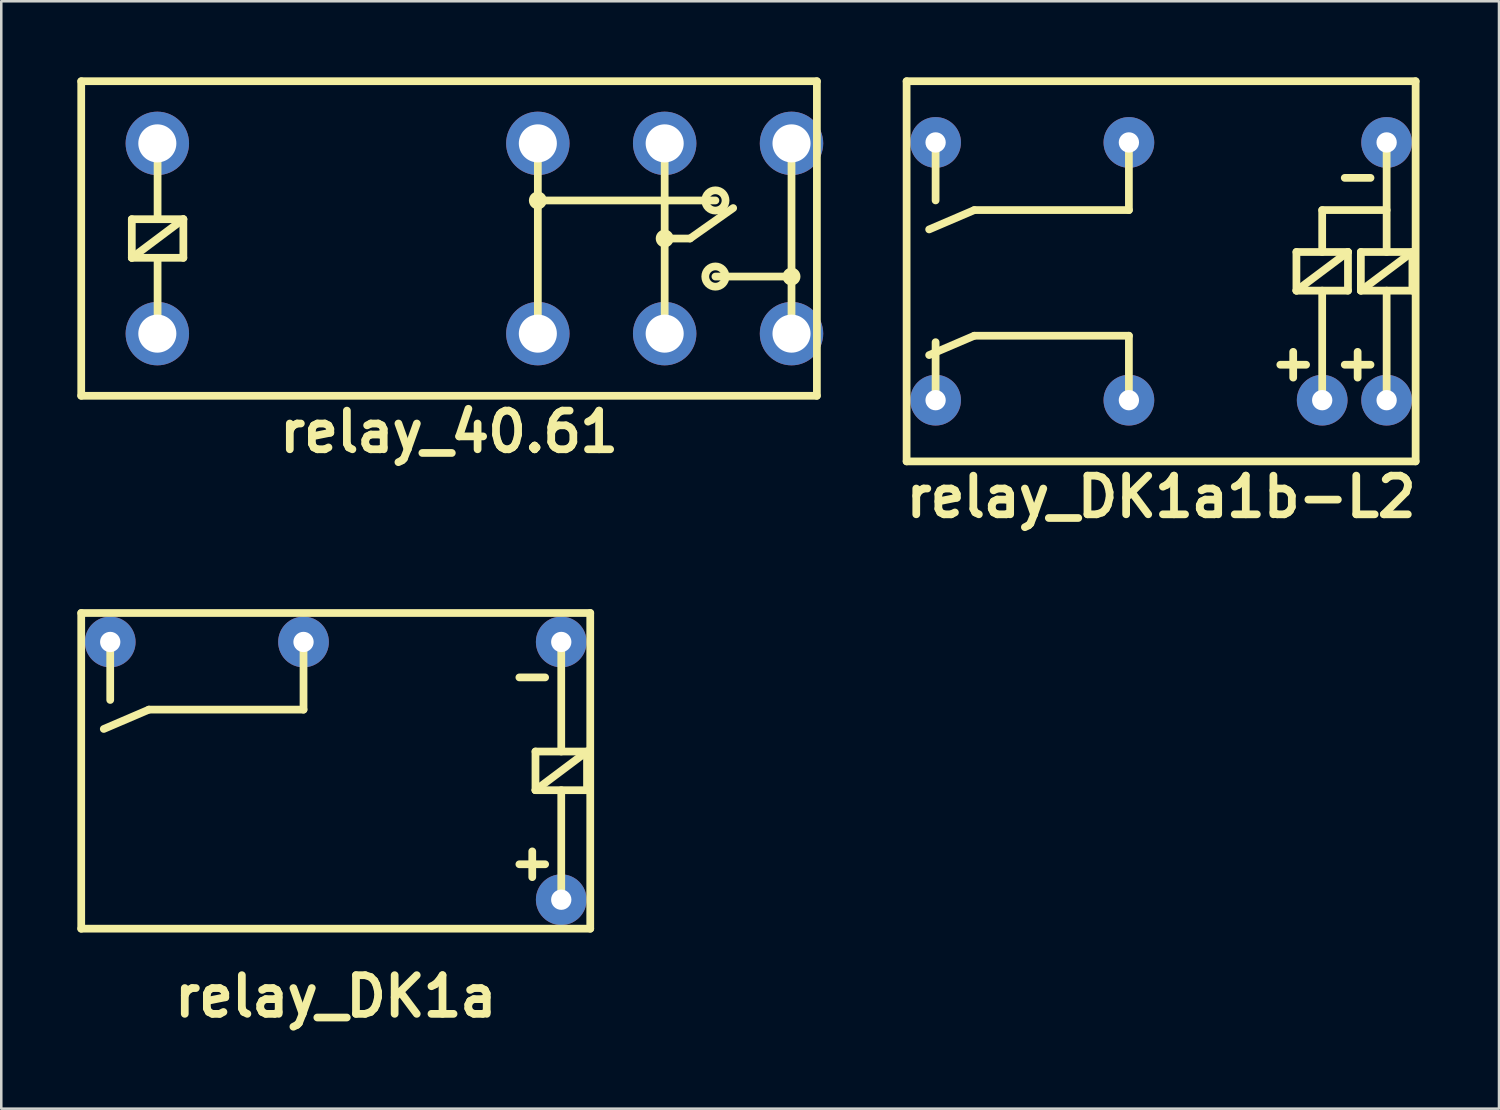
<source format=kicad_pcb>
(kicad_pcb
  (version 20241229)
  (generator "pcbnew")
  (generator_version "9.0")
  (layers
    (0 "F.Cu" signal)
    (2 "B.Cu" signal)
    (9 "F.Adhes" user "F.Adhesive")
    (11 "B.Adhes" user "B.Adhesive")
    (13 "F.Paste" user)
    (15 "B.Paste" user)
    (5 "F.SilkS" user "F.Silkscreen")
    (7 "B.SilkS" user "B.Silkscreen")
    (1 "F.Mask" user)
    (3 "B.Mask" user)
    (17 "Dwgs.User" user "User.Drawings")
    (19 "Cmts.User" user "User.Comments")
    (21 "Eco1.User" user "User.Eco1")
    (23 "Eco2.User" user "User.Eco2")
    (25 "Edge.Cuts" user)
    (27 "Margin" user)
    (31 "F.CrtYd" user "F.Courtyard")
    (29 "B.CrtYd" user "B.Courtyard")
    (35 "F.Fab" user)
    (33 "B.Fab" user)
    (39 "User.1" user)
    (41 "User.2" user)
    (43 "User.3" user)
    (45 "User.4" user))
  (footprint "relay_40.61"
    (layer "F.Cu")
    (at 14.652 6.352)
    (property "Reference" "relay_40.61" (at 0 7.62 0) (layer "F.SilkS") (effects (font (size 1.524 1.524) (thickness 0.305))))
    (attr through_hole)
    (fp_line (start -14.5 -6.2) (end -14.5 6.2) (stroke (width 0.305) (type solid)) (layer "F.SilkS"))
    (fp_line (start -14.5 -6.2) (end 14.5 -6.2) (stroke (width 0.305) (type solid)) (layer "F.SilkS"))
    (fp_line (start -14.5 6.2) (end 14.5 6.2) (stroke (width 0.305) (type solid)) (layer "F.SilkS"))
    (fp_line (start -12.506 -0.762) (end -10.474 -0.762) (stroke (width 0.305) (type solid)) (layer "F.SilkS"))
    (fp_line (start -12.506 0.762) (end -12.506 -0.762) (stroke (width 0.305) (type solid)) (layer "F.SilkS"))
    (fp_line (start -12.506 0.762) (end -10.474 -0.762) (stroke (width 0.305) (type solid)) (layer "F.SilkS"))
    (fp_line (start -11.49 -3.81) (end -11.49 -0.762) (stroke (width 0.305) (type solid)) (layer "F.SilkS"))
    (fp_line (start -11.49 3.81) (end -11.49 0.762) (stroke (width 0.305) (type solid)) (layer "F.SilkS"))
    (fp_line (start -10.474 -0.762) (end -10.474 0.762) (stroke (width 0.305) (type solid)) (layer "F.SilkS"))
    (fp_line (start -10.474 0.762) (end -12.506 0.762) (stroke (width 0.305) (type solid)) (layer "F.SilkS"))
    (fp_line (start 3.5 -3.7) (end 3.5 3.7) (stroke (width 0.305) (type solid)) (layer "F.SilkS"))
    (fp_line (start 3.5 -1.5) (end 10.5 -1.5) (stroke (width 0.305) (type solid)) (layer "F.SilkS"))
    (fp_line (start 8.5 -3.7) (end 8.5 -1.4) (stroke (width 0.305) (type solid)) (layer "F.SilkS"))
    (fp_line (start 8.5 0) (end 9.5 0) (stroke (width 0.305) (type solid)) (layer "F.SilkS"))
    (fp_line (start 8.5 3.7) (end 8.5 -1.4) (stroke (width 0.305) (type solid)) (layer "F.SilkS"))
    (fp_line (start 9.5 0) (end 11.2 -1.2) (stroke (width 0.305) (type solid)) (layer "F.SilkS"))
    (fp_line (start 10.5 1.5) (end 13.5 1.5) (stroke (width 0.305) (type solid)) (layer "F.SilkS"))
    (fp_line (start 13.5 -3.7) (end 13.5 3.7) (stroke (width 0.305) (type solid)) (layer "F.SilkS"))
    (fp_line (start 14.5 -6.2) (end 14.5 6.2) (stroke (width 0.305) (type solid)) (layer "F.SilkS"))
    (fp_circle (center 3.5 -1.5) (end 3.3 -1.5) (stroke (width 0.305) (type solid)) (fill no) (layer "F.SilkS"))
    (fp_circle (center 8.5 0) (end 8.7 0) (stroke (width 0.305) (type solid)) (fill no) (layer "F.SilkS"))
    (fp_circle (center 10.5 -1.5) (end 10.1 -1.5) (stroke (width 0.305) (type solid)) (fill no) (layer "F.SilkS"))
    (fp_circle (center 10.5 1.5) (end 10.1 1.5) (stroke (width 0.305) (type solid)) (fill no) (layer "F.SilkS"))
    (fp_circle (center 13.5 1.5) (end 13.7 1.5) (stroke (width 0.305) (type solid)) (fill no) (layer "F.SilkS"))
    (pad "1" thru_hole circle (at -11.5 3.75) (size 2.5 2.5) (drill 1.5) (layers "*.Cu"))
    (pad "2" thru_hole circle (at -11.5 -3.75) (size 2.5 2.5) (drill 1.5) (layers "*.Cu"))
    (pad "11" thru_hole circle (at 8.5 3.75) (size 2.5 2.5) (drill 1.5) (layers "*.Cu"))
    (pad "12" thru_hole circle (at 3.5 3.75) (size 2.5 2.5) (drill 1.5) (layers "*.Cu"))
    (pad "14" thru_hole circle (at 13.5 3.75) (size 2.5 2.5) (drill 1.5) (layers "*.Cu"))
    (pad "21" thru_hole circle (at 8.5 -3.75) (size 2.5 2.5) (drill 1.5) (layers "*.Cu"))
    (pad "22" thru_hole circle (at 3.5 -3.75) (size 2.5 2.5) (drill 1.5) (layers "*.Cu"))
    (pad "24" thru_hole circle (at 13.5 -3.75) (size 2.5 2.5) (drill 1.5) (layers "*.Cu")))
  (footprint "relay_DK1a"
    (layer "F.Cu")
    (at 10.185 27.337)
    (property "Reference" "relay_DK1a" (at 0 8.89 0) (layer "F.SilkS") (effects (font (size 1.524 1.524) (thickness 0.305))))
    (attr through_hole)
    (fp_line (start -10.033 6.223) (end -10.033 -6.223) (stroke (width 0.305) (type solid)) (layer "F.SilkS"))
    (fp_line (start -10.033 6.223) (end 10.033 6.223) (stroke (width 0.305) (type solid)) (layer "F.SilkS"))
    (fp_line (start -8.89 -5.08) (end -8.89 -2.794) (stroke (width 0.305) (type solid)) (layer "F.SilkS"))
    (fp_line (start -7.366 -2.413) (end -9.144 -1.651) (stroke (width 0.305) (type solid)) (layer "F.SilkS"))
    (fp_line (start -1.27 -4.953) (end -1.27 -2.413) (stroke (width 0.305) (type solid)) (layer "F.SilkS"))
    (fp_line (start -1.27 -2.413) (end -7.366 -2.413) (stroke (width 0.305) (type solid)) (layer "F.SilkS"))
    (fp_line (start 7.239 -3.683) (end 8.255 -3.683) (stroke (width 0.305) (type solid)) (layer "F.SilkS"))
    (fp_line (start 7.239 3.683) (end 8.255 3.683) (stroke (width 0.305) (type solid)) (layer "F.SilkS"))
    (fp_line (start 7.747 3.175) (end 7.747 4.191) (stroke (width 0.305) (type solid)) (layer "F.SilkS"))
    (fp_line (start 7.874 -0.762) (end 9.906 -0.762) (stroke (width 0.305) (type solid)) (layer "F.SilkS"))
    (fp_line (start 7.874 0.762) (end 7.874 -0.762) (stroke (width 0.305) (type solid)) (layer "F.SilkS"))
    (fp_line (start 8.89 -0.762) (end 8.89 -5.08) (stroke (width 0.305) (type solid)) (layer "F.SilkS"))
    (fp_line (start 8.89 5.08) (end 8.89 0.762) (stroke (width 0.305) (type solid)) (layer "F.SilkS"))
    (fp_line (start 9.906 -0.762) (end 7.874 0.762) (stroke (width 0.305) (type solid)) (layer "F.SilkS"))
    (fp_line (start 9.906 -0.762) (end 9.906 0.762) (stroke (width 0.305) (type solid)) (layer "F.SilkS"))
    (fp_line (start 9.906 0.762) (end 7.874 0.762) (stroke (width 0.305) (type solid)) (layer "F.SilkS"))
    (fp_line (start 10.033 -6.223) (end -10.033 -6.223) (stroke (width 0.305) (type solid)) (layer "F.SilkS"))
    (fp_line (start 10.033 -6.223) (end 10.033 6.223) (stroke (width 0.305) (type solid)) (layer "F.SilkS"))
    (pad "1" thru_hole circle (at 8.89 -5.08 180) (size 1.999 1.999) (drill 0.8) (layers "*.Cu"))
    (pad "3" thru_hole circle (at -1.27 -5.08 180) (size 1.999 1.999) (drill 0.8) (layers "*.Cu"))
    (pad "4" thru_hole circle (at -8.89 -5.08 180) (size 1.999 1.999) (drill 0.8) (layers "*.Cu"))
    (pad "6" thru_hole circle (at 8.89 5.08 180) (size 1.999 1.999) (drill 0.8) (layers "*.Cu")))
  (footprint "relay_DK1a1b-L2"
    (layer "F.Cu")
    (at 42.722 7.645)
    (property "Reference" "relay_DK1a1b-L2" (at 0 8.89 0) (layer "F.SilkS") (effects (font (size 1.524 1.524) (thickness 0.305))))
    (attr through_hole)
    (fp_line (start -10.033 -7.493) (end -10.033 7.493) (stroke (width 0.305) (type solid)) (layer "F.SilkS"))
    (fp_line (start -10.033 7.493) (end 10.033 7.493) (stroke (width 0.305) (type solid)) (layer "F.SilkS"))
    (fp_line (start -8.89 -5.08) (end -8.89 -2.794) (stroke (width 0.305) (type solid)) (layer "F.SilkS"))
    (fp_line (start -8.89 2.794) (end -8.89 5.08) (stroke (width 0.305) (type solid)) (layer "F.SilkS"))
    (fp_line (start -7.366 -2.413) (end -9.144 -1.651) (stroke (width 0.305) (type solid)) (layer "F.SilkS"))
    (fp_line (start -7.366 2.54) (end -9.144 3.302) (stroke (width 0.305) (type solid)) (layer "F.SilkS"))
    (fp_line (start -1.27 -4.953) (end -1.27 -2.413) (stroke (width 0.305) (type solid)) (layer "F.SilkS"))
    (fp_line (start -1.27 -2.413) (end -7.366 -2.413) (stroke (width 0.305) (type solid)) (layer "F.SilkS"))
    (fp_line (start -1.27 2.54) (end -7.366 2.54) (stroke (width 0.305) (type solid)) (layer "F.SilkS"))
    (fp_line (start -1.27 2.54) (end -1.27 5.08) (stroke (width 0.305) (type solid)) (layer "F.SilkS"))
    (fp_line (start 4.699 3.683) (end 5.715 3.683) (stroke (width 0.305) (type solid)) (layer "F.SilkS"))
    (fp_line (start 5.207 3.175) (end 5.207 4.191) (stroke (width 0.305) (type solid)) (layer "F.SilkS"))
    (fp_line (start 5.334 -0.762) (end 7.366 -0.762) (stroke (width 0.305) (type solid)) (layer "F.SilkS"))
    (fp_line (start 5.334 0.762) (end 5.334 -0.762) (stroke (width 0.305) (type solid)) (layer "F.SilkS"))
    (fp_line (start 6.35 -2.413) (end 8.89 -2.413) (stroke (width 0.305) (type solid)) (layer "F.SilkS"))
    (fp_line (start 6.35 -0.762) (end 6.35 -2.413) (stroke (width 0.305) (type solid)) (layer "F.SilkS"))
    (fp_line (start 6.35 5.08) (end 6.35 0.762) (stroke (width 0.305) (type solid)) (layer "F.SilkS"))
    (fp_line (start 7.239 -3.683) (end 8.255 -3.683) (stroke (width 0.305) (type solid)) (layer "F.SilkS"))
    (fp_line (start 7.239 3.683) (end 8.255 3.683) (stroke (width 0.305) (type solid)) (layer "F.SilkS"))
    (fp_line (start 7.366 -0.762) (end 5.334 0.762) (stroke (width 0.305) (type solid)) (layer "F.SilkS"))
    (fp_line (start 7.366 -0.762) (end 7.366 0.762) (stroke (width 0.305) (type solid)) (layer "F.SilkS"))
    (fp_line (start 7.366 0.762) (end 5.334 0.762) (stroke (width 0.305) (type solid)) (layer "F.SilkS"))
    (fp_line (start 7.747 3.175) (end 7.747 4.191) (stroke (width 0.305) (type solid)) (layer "F.SilkS"))
    (fp_line (start 7.874 -0.762) (end 9.906 -0.762) (stroke (width 0.305) (type solid)) (layer "F.SilkS"))
    (fp_line (start 7.874 0.762) (end 7.874 -0.762) (stroke (width 0.305) (type solid)) (layer "F.SilkS"))
    (fp_line (start 8.89 -0.762) (end 8.89 -5.08) (stroke (width 0.305) (type solid)) (layer "F.SilkS"))
    (fp_line (start 8.89 5.08) (end 8.89 0.762) (stroke (width 0.305) (type solid)) (layer "F.SilkS"))
    (fp_line (start 9.906 -0.762) (end 7.874 0.762) (stroke (width 0.305) (type solid)) (layer "F.SilkS"))
    (fp_line (start 9.906 -0.762) (end 9.906 0.762) (stroke (width 0.305) (type solid)) (layer "F.SilkS"))
    (fp_line (start 9.906 0.762) (end 7.874 0.762) (stroke (width 0.305) (type solid)) (layer "F.SilkS"))
    (fp_line (start 10.033 -7.493) (end -10.033 -7.493) (stroke (width 0.305) (type solid)) (layer "F.SilkS"))
    (fp_line (start 10.033 7.493) (end 10.033 -7.493) (stroke (width 0.305) (type solid)) (layer "F.SilkS"))
    (pad "1" thru_hole circle (at 8.89 -5.08 180) (size 1.999 1.999) (drill 0.8) (layers "*.Cu"))
    (pad "3" thru_hole circle (at -1.27 -5.08 180) (size 1.999 1.999) (drill 0.8) (layers "*.Cu"))
    (pad "4" thru_hole circle (at -8.89 -5.08 180) (size 1.999 1.999) (drill 0.8) (layers "*.Cu"))
    (pad "5" thru_hole circle (at -8.89 5.08 180) (size 1.999 1.999) (drill 0.8) (layers "*.Cu"))
    (pad "6" thru_hole circle (at -1.27 5.08 180) (size 1.999 1.999) (drill 0.8) (layers "*.Cu"))
    (pad "7" thru_hole circle (at 6.35 5.08 180) (size 1.999 1.999) (drill 0.8) (layers "*.Cu"))
    (pad "8" thru_hole circle (at 8.89 5.08 180) (size 1.999 1.999) (drill 0.8) (layers "*.Cu")))
  (gr_rect
    (start -3 -3)
    (end 56.042 40.654)
    (stroke (width 0.1) (type default))
    (fill no)
    (layer "Edge.Cuts")))
</source>
